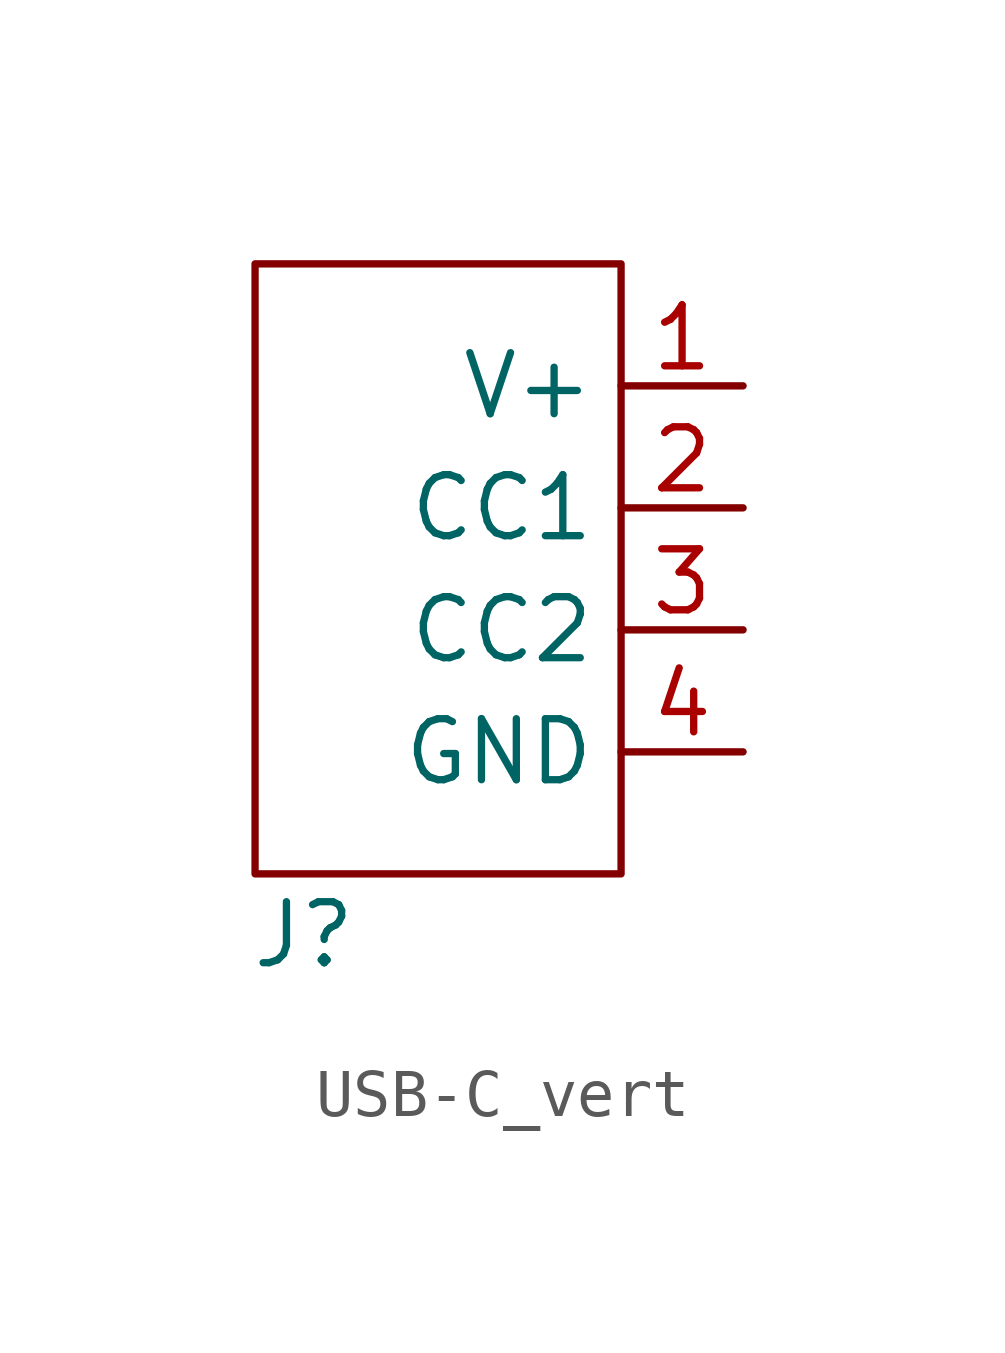
<source format=kicad_sym>
(kicad_symbol_lib
  (version 20231120)
  (generator "kicad_symbol_editor")
  (generator_version "8.0")
  (symbol "USB-C_vert"
    (property "Reference" "J"
      (at 1.016 -1.27 0)
      (effects (font (size 1.27 1.27))))
    (property "Value" ""
      (at 0 0 0)
      (effects (font (size 1.27 1.27))))
    (symbol "USB-C_vert_0_1"
      (rectangle (start 0 12.7) (end 7.62 0) (stroke (width 0) (type default)) (fill (type none))))
    (symbol "USB-C_vert_1_1"
      (pin output line (at 10.16 10.16 180) (length 2.54) (name "V+" (effects (font (size 1.27 1.27)))) (number "1" (effects (font (size 1.27 1.27)))))
      (pin passive line (at 10.16 7.62 180) (length 2.54) (name "CC1" (effects (font (size 1.27 1.27)))) (number "2" (effects (font (size 1.27 1.27)))))
      (pin passive line (at 10.16 5.08 180) (length 2.54) (name "CC2" (effects (font (size 1.27 1.27)))) (number "3" (effects (font (size 1.27 1.27)))))
      (pin power_in line (at 10.16 2.54 180) (length 2.54) (name "GND" (effects (font (size 1.27 1.27)))) (number "4" (effects (font (size 1.27 1.27))))))))
</source>
